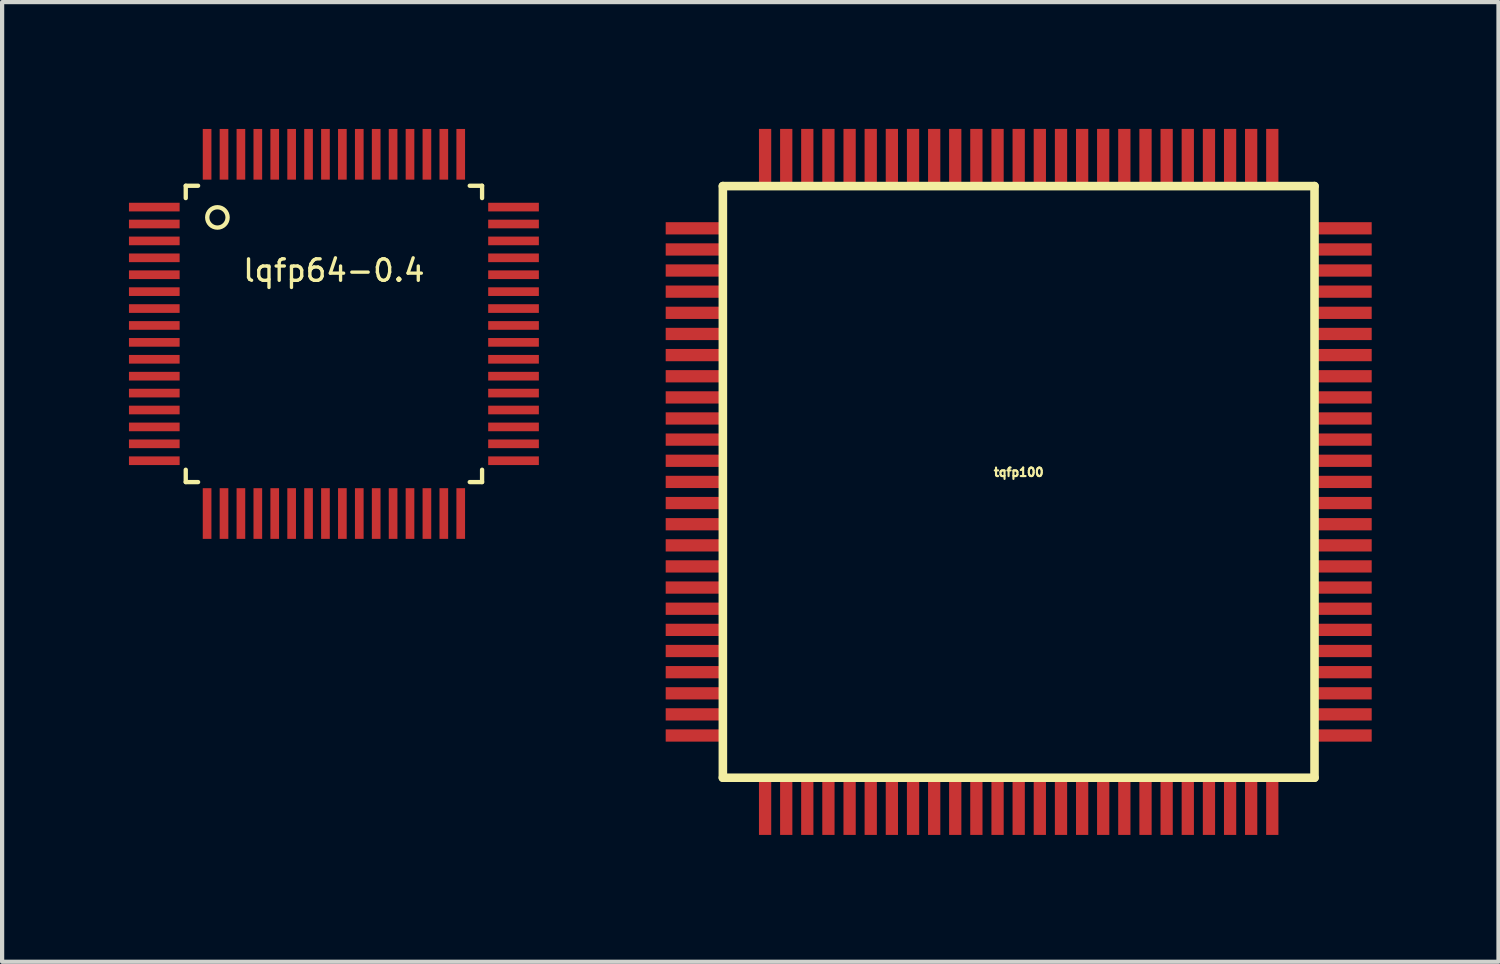
<source format=kicad_pcb>
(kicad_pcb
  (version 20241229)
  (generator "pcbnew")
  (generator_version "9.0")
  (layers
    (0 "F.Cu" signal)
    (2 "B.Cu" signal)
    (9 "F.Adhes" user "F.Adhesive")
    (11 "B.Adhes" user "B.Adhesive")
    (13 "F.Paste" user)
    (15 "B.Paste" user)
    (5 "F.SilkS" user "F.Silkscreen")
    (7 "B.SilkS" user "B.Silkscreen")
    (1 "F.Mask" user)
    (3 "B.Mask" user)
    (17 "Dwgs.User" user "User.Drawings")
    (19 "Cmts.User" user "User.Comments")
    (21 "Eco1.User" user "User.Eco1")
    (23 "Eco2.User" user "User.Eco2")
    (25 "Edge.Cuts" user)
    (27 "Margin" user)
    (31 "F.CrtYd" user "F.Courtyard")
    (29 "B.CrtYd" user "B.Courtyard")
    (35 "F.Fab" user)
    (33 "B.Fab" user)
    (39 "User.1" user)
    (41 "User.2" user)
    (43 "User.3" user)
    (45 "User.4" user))
  (footprint "lqfp64-0.4"
    (layer "F.Cu")
    (at 4.849 4.849)
    (property "Reference" "lqfp64-0.4" (at 0 -1.499 0) (layer "F.SilkS") (effects (font (size 0.508 0.508) (thickness 0.079))))
    (attr through_hole)
    (fp_line (start -3.505 -3.505) (end -3.505 -3.213) (stroke (width 0.102) (type solid)) (layer "F.SilkS"))
    (fp_line (start -3.505 -3.505) (end -3.213 -3.505) (stroke (width 0.102) (type solid)) (layer "F.SilkS"))
    (fp_line (start -3.505 3.505) (end -3.505 3.213) (stroke (width 0.102) (type solid)) (layer "F.SilkS"))
    (fp_line (start -3.505 3.505) (end -3.213 3.505) (stroke (width 0.102) (type solid)) (layer "F.SilkS"))
    (fp_line (start 3.505 -3.505) (end 3.213 -3.505) (stroke (width 0.102) (type solid)) (layer "F.SilkS"))
    (fp_line (start 3.505 -3.505) (end 3.505 -3.213) (stroke (width 0.102) (type solid)) (layer "F.SilkS"))
    (fp_line (start 3.505 3.505) (end 3.213 3.505) (stroke (width 0.102) (type solid)) (layer "F.SilkS"))
    (fp_line (start 3.505 3.505) (end 3.505 3.213) (stroke (width 0.102) (type solid)) (layer "F.SilkS"))
    (fp_circle (center -2.756 -2.756) (end -2.997 -2.756) (stroke (width 0.102) (type solid)) (fill no) (layer "F.SilkS"))
    (pad "1" smd rect (at -4.249 -3 90) (size 0.205 1.199) (layers "F.Cu" "F.Mask" "F.Paste"))
    (pad "2" smd rect (at -4.249 -2.6 90) (size 0.205 1.199) (layers "F.Cu" "F.Mask" "F.Paste"))
    (pad "3" smd rect (at -4.249 -2.2 90) (size 0.205 1.199) (layers "F.Cu" "F.Mask" "F.Paste"))
    (pad "4" smd rect (at -4.249 -1.8 90) (size 0.205 1.199) (layers "F.Cu" "F.Mask" "F.Paste"))
    (pad "5" smd rect (at -4.249 -1.4 90) (size 0.205 1.199) (layers "F.Cu" "F.Mask" "F.Paste"))
    (pad "6" smd rect (at -4.249 -1 90) (size 0.205 1.199) (layers "F.Cu" "F.Mask" "F.Paste"))
    (pad "7" smd rect (at -4.249 -0.6 90) (size 0.205 1.199) (layers "F.Cu" "F.Mask" "F.Paste"))
    (pad "8" smd rect (at -4.249 -0.2 90) (size 0.205 1.199) (layers "F.Cu" "F.Mask" "F.Paste"))
    (pad "9" smd rect (at -4.249 0.2 90) (size 0.205 1.199) (layers "F.Cu" "F.Mask" "F.Paste"))
    (pad "10" smd rect (at -4.249 0.6 90) (size 0.205 1.199) (layers "F.Cu" "F.Mask" "F.Paste"))
    (pad "11" smd rect (at -4.249 1 90) (size 0.205 1.199) (layers "F.Cu" "F.Mask" "F.Paste"))
    (pad "12" smd rect (at -4.249 1.4 90) (size 0.205 1.199) (layers "F.Cu" "F.Mask" "F.Paste"))
    (pad "13" smd rect (at -4.249 1.8 90) (size 0.205 1.199) (layers "F.Cu" "F.Mask" "F.Paste"))
    (pad "14" smd rect (at -4.249 2.2 90) (size 0.205 1.199) (layers "F.Cu" "F.Mask" "F.Paste"))
    (pad "15" smd rect (at -4.249 2.6 90) (size 0.205 1.199) (layers "F.Cu" "F.Mask" "F.Paste"))
    (pad "16" smd rect (at -4.249 3 90) (size 0.205 1.199) (layers "F.Cu" "F.Mask" "F.Paste"))
    (pad "17" smd rect (at -3 4.249) (size 0.205 1.199) (layers "F.Cu" "F.Mask" "F.Paste"))
    (pad "18" smd rect (at -2.6 4.249) (size 0.205 1.199) (layers "F.Cu" "F.Mask" "F.Paste"))
    (pad "19" smd rect (at -2.2 4.249) (size 0.205 1.199) (layers "F.Cu" "F.Mask" "F.Paste"))
    (pad "20" smd rect (at -1.8 4.249) (size 0.205 1.199) (layers "F.Cu" "F.Mask" "F.Paste"))
    (pad "21" smd rect (at -1.4 4.249) (size 0.205 1.199) (layers "F.Cu" "F.Mask" "F.Paste"))
    (pad "22" smd rect (at -1 4.249) (size 0.205 1.199) (layers "F.Cu" "F.Mask" "F.Paste"))
    (pad "23" smd rect (at -0.6 4.249) (size 0.205 1.199) (layers "F.Cu" "F.Mask" "F.Paste"))
    (pad "24" smd rect (at -0.2 4.249) (size 0.205 1.199) (layers "F.Cu" "F.Mask" "F.Paste"))
    (pad "25" smd rect (at 0.2 4.249) (size 0.205 1.199) (layers "F.Cu" "F.Mask" "F.Paste"))
    (pad "26" smd rect (at 0.6 4.249) (size 0.205 1.199) (layers "F.Cu" "F.Mask" "F.Paste"))
    (pad "27" smd rect (at 1 4.249) (size 0.205 1.199) (layers "F.Cu" "F.Mask" "F.Paste"))
    (pad "28" smd rect (at 1.4 4.249) (size 0.205 1.199) (layers "F.Cu" "F.Mask" "F.Paste"))
    (pad "29" smd rect (at 1.8 4.249) (size 0.205 1.199) (layers "F.Cu" "F.Mask" "F.Paste"))
    (pad "30" smd rect (at 2.2 4.249) (size 0.205 1.199) (layers "F.Cu" "F.Mask" "F.Paste"))
    (pad "31" smd rect (at 2.6 4.249) (size 0.205 1.199) (layers "F.Cu" "F.Mask" "F.Paste"))
    (pad "32" smd rect (at 3 4.249) (size 0.205 1.199) (layers "F.Cu" "F.Mask" "F.Paste"))
    (pad "33" smd rect (at 4.249 3 270) (size 0.205 1.199) (layers "F.Cu" "F.Mask" "F.Paste"))
    (pad "34" smd rect (at 4.249 2.6 270) (size 0.205 1.199) (layers "F.Cu" "F.Mask" "F.Paste"))
    (pad "35" smd rect (at 4.249 2.2 270) (size 0.205 1.199) (layers "F.Cu" "F.Mask" "F.Paste"))
    (pad "36" smd rect (at 4.249 1.8 270) (size 0.205 1.199) (layers "F.Cu" "F.Mask" "F.Paste"))
    (pad "37" smd rect (at 4.249 1.4 270) (size 0.205 1.199) (layers "F.Cu" "F.Mask" "F.Paste"))
    (pad "38" smd rect (at 4.249 1 270) (size 0.205 1.199) (layers "F.Cu" "F.Mask" "F.Paste"))
    (pad "39" smd rect (at 4.249 0.6 270) (size 0.205 1.199) (layers "F.Cu" "F.Mask" "F.Paste"))
    (pad "40" smd rect (at 4.249 0.2 270) (size 0.205 1.199) (layers "F.Cu" "F.Mask" "F.Paste"))
    (pad "41" smd rect (at 4.249 -0.2 270) (size 0.205 1.199) (layers "F.Cu" "F.Mask" "F.Paste"))
    (pad "42" smd rect (at 4.249 -0.6 270) (size 0.205 1.199) (layers "F.Cu" "F.Mask" "F.Paste"))
    (pad "43" smd rect (at 4.249 -1 270) (size 0.205 1.199) (layers "F.Cu" "F.Mask" "F.Paste"))
    (pad "44" smd rect (at 4.249 -1.4 270) (size 0.205 1.199) (layers "F.Cu" "F.Mask" "F.Paste"))
    (pad "45" smd rect (at 4.249 -1.8 270) (size 0.205 1.199) (layers "F.Cu" "F.Mask" "F.Paste"))
    (pad "46" smd rect (at 4.249 -2.2 270) (size 0.205 1.199) (layers "F.Cu" "F.Mask" "F.Paste"))
    (pad "47" smd rect (at 4.249 -2.6 270) (size 0.205 1.199) (layers "F.Cu" "F.Mask" "F.Paste"))
    (pad "48" smd rect (at 4.249 -3 270) (size 0.205 1.199) (layers "F.Cu" "F.Mask" "F.Paste"))
    (pad "49" smd rect (at 3 -4.249 180) (size 0.205 1.199) (layers "F.Cu" "F.Mask" "F.Paste"))
    (pad "50" smd rect (at 2.6 -4.249 180) (size 0.205 1.199) (layers "F.Cu" "F.Mask" "F.Paste"))
    (pad "51" smd rect (at 2.2 -4.249 180) (size 0.205 1.199) (layers "F.Cu" "F.Mask" "F.Paste"))
    (pad "52" smd rect (at 1.8 -4.249 180) (size 0.205 1.199) (layers "F.Cu" "F.Mask" "F.Paste"))
    (pad "53" smd rect (at 1.4 -4.249 180) (size 0.205 1.199) (layers "F.Cu" "F.Mask" "F.Paste"))
    (pad "54" smd rect (at 1 -4.249 180) (size 0.205 1.199) (layers "F.Cu" "F.Mask" "F.Paste"))
    (pad "55" smd rect (at 0.6 -4.249 180) (size 0.205 1.199) (layers "F.Cu" "F.Mask" "F.Paste"))
    (pad "56" smd rect (at 0.2 -4.249 180) (size 0.205 1.199) (layers "F.Cu" "F.Mask" "F.Paste"))
    (pad "57" smd rect (at -0.2 -4.249 180) (size 0.205 1.199) (layers "F.Cu" "F.Mask" "F.Paste"))
    (pad "58" smd rect (at -0.6 -4.249 180) (size 0.205 1.199) (layers "F.Cu" "F.Mask" "F.Paste"))
    (pad "59" smd rect (at -1 -4.249 180) (size 0.205 1.199) (layers "F.Cu" "F.Mask" "F.Paste"))
    (pad "60" smd rect (at -1.4 -4.249 180) (size 0.205 1.199) (layers "F.Cu" "F.Mask" "F.Paste"))
    (pad "61" smd rect (at -1.8 -4.249 180) (size 0.205 1.199) (layers "F.Cu" "F.Mask" "F.Paste"))
    (pad "62" smd rect (at -2.2 -4.249 180) (size 0.205 1.199) (layers "F.Cu" "F.Mask" "F.Paste"))
    (pad "63" smd rect (at -2.6 -4.249 180) (size 0.205 1.199) (layers "F.Cu" "F.Mask" "F.Paste"))
    (pad "64" smd rect (at -3 -4.249 180) (size 0.205 1.199) (layers "F.Cu" "F.Mask" "F.Paste")))
  (footprint "tqfp100"
    (layer "F.Cu")
    (at 21.048 8.35)
    (property "Reference" "tqfp100" (at 0 -0.229 0) (layer "F.SilkS") (effects (font (size 0.201 0.201) (thickness 0.051))))
    (attr through_hole)
    (fp_line (start -6.998 -6.998) (end 6.998 -6.998) (stroke (width 0.203) (type solid)) (layer "F.SilkS"))
    (fp_line (start -6.998 6.998) (end -6.998 -6.998) (stroke (width 0.203) (type solid)) (layer "F.SilkS"))
    (fp_line (start 6.998 -6.998) (end 6.998 6.998) (stroke (width 0.203) (type solid)) (layer "F.SilkS"))
    (fp_line (start 6.998 6.998) (end -6.998 6.998) (stroke (width 0.203) (type solid)) (layer "F.SilkS"))
    (pad "1" smd rect (at -7.676 -5.999 90) (size 0.29 1.349) (layers "F.Cu" "F.Mask" "F.Paste"))
    (pad "2" smd rect (at -7.676 -5.499 90) (size 0.29 1.349) (layers "F.Cu" "F.Mask" "F.Paste"))
    (pad "3" smd rect (at -7.676 -5.001 90) (size 0.29 1.349) (layers "F.Cu" "F.Mask" "F.Paste"))
    (pad "4" smd rect (at -7.676 -4.501 90) (size 0.29 1.349) (layers "F.Cu" "F.Mask" "F.Paste"))
    (pad "5" smd rect (at -7.676 -4 90) (size 0.29 1.349) (layers "F.Cu" "F.Mask" "F.Paste"))
    (pad "6" smd rect (at -7.676 -3.5 90) (size 0.29 1.349) (layers "F.Cu" "F.Mask" "F.Paste"))
    (pad "7" smd rect (at -7.676 -3 90) (size 0.29 1.349) (layers "F.Cu" "F.Mask" "F.Paste"))
    (pad "8" smd rect (at -7.676 -2.499 90) (size 0.29 1.349) (layers "F.Cu" "F.Mask" "F.Paste"))
    (pad "9" smd rect (at -7.676 -1.999 90) (size 0.29 1.349) (layers "F.Cu" "F.Mask" "F.Paste"))
    (pad "10" smd rect (at -7.676 -1.501 90) (size 0.29 1.349) (layers "F.Cu" "F.Mask" "F.Paste"))
    (pad "11" smd rect (at -7.676 -1.001 90) (size 0.29 1.349) (layers "F.Cu" "F.Mask" "F.Paste"))
    (pad "12" smd rect (at -7.676 -0.5 90) (size 0.29 1.349) (layers "F.Cu" "F.Mask" "F.Paste"))
    (pad "13" smd rect (at -7.676 0 90) (size 0.29 1.349) (layers "F.Cu" "F.Mask" "F.Paste"))
    (pad "14" smd rect (at -7.676 0.5 90) (size 0.29 1.349) (layers "F.Cu" "F.Mask" "F.Paste"))
    (pad "15" smd rect (at -7.676 1.001 90) (size 0.29 1.349) (layers "F.Cu" "F.Mask" "F.Paste"))
    (pad "16" smd rect (at -7.676 1.501 90) (size 0.29 1.349) (layers "F.Cu" "F.Mask" "F.Paste"))
    (pad "17" smd rect (at -7.676 1.999 90) (size 0.29 1.349) (layers "F.Cu" "F.Mask" "F.Paste"))
    (pad "18" smd rect (at -7.676 2.499 90) (size 0.29 1.349) (layers "F.Cu" "F.Mask" "F.Paste"))
    (pad "19" smd rect (at -7.676 3 90) (size 0.29 1.349) (layers "F.Cu" "F.Mask" "F.Paste"))
    (pad "20" smd rect (at -7.676 3.5 90) (size 0.29 1.349) (layers "F.Cu" "F.Mask" "F.Paste"))
    (pad "21" smd rect (at -7.676 4 90) (size 0.29 1.349) (layers "F.Cu" "F.Mask" "F.Paste"))
    (pad "22" smd rect (at -7.676 4.501 90) (size 0.29 1.349) (layers "F.Cu" "F.Mask" "F.Paste"))
    (pad "23" smd rect (at -7.676 5.001 90) (size 0.29 1.349) (layers "F.Cu" "F.Mask" "F.Paste"))
    (pad "24" smd rect (at -7.676 5.499 90) (size 0.29 1.349) (layers "F.Cu" "F.Mask" "F.Paste"))
    (pad "25" smd rect (at -7.676 5.999 90) (size 0.29 1.349) (layers "F.Cu" "F.Mask" "F.Paste"))
    (pad "26" smd rect (at -5.999 7.676) (size 0.29 1.349) (layers "F.Cu" "F.Mask" "F.Paste"))
    (pad "27" smd rect (at -5.499 7.676) (size 0.29 1.349) (layers "F.Cu" "F.Mask" "F.Paste"))
    (pad "28" smd rect (at -5.001 7.676) (size 0.29 1.349) (layers "F.Cu" "F.Mask" "F.Paste"))
    (pad "29" smd rect (at -4.501 7.676) (size 0.29 1.349) (layers "F.Cu" "F.Mask" "F.Paste"))
    (pad "30" smd rect (at -4 7.676) (size 0.29 1.349) (layers "F.Cu" "F.Mask" "F.Paste"))
    (pad "31" smd rect (at -3.5 7.676) (size 0.29 1.349) (layers "F.Cu" "F.Mask" "F.Paste"))
    (pad "32" smd rect (at -3 7.676) (size 0.29 1.349) (layers "F.Cu" "F.Mask" "F.Paste"))
    (pad "33" smd rect (at -2.499 7.676) (size 0.29 1.349) (layers "F.Cu" "F.Mask" "F.Paste"))
    (pad "34" smd rect (at -1.999 7.676) (size 0.29 1.349) (layers "F.Cu" "F.Mask" "F.Paste"))
    (pad "35" smd rect (at -1.501 7.676) (size 0.29 1.349) (layers "F.Cu" "F.Mask" "F.Paste"))
    (pad "36" smd rect (at -1.001 7.676) (size 0.29 1.349) (layers "F.Cu" "F.Mask" "F.Paste"))
    (pad "37" smd rect (at -0.5 7.676) (size 0.29 1.349) (layers "F.Cu" "F.Mask" "F.Paste"))
    (pad "38" smd rect (at 0 7.676) (size 0.29 1.349) (layers "F.Cu" "F.Mask" "F.Paste"))
    (pad "39" smd rect (at 0.5 7.676) (size 0.29 1.349) (layers "F.Cu" "F.Mask" "F.Paste"))
    (pad "40" smd rect (at 1.001 7.676) (size 0.29 1.349) (layers "F.Cu" "F.Mask" "F.Paste"))
    (pad "41" smd rect (at 1.501 7.676) (size 0.29 1.349) (layers "F.Cu" "F.Mask" "F.Paste"))
    (pad "42" smd rect (at 1.999 7.676) (size 0.29 1.349) (layers "F.Cu" "F.Mask" "F.Paste"))
    (pad "43" smd rect (at 2.499 7.676) (size 0.29 1.349) (layers "F.Cu" "F.Mask" "F.Paste"))
    (pad "44" smd rect (at 3 7.676) (size 0.29 1.349) (layers "F.Cu" "F.Mask" "F.Paste"))
    (pad "45" smd rect (at 3.5 7.676) (size 0.29 1.349) (layers "F.Cu" "F.Mask" "F.Paste"))
    (pad "46" smd rect (at 4 7.676) (size 0.29 1.349) (layers "F.Cu" "F.Mask" "F.Paste"))
    (pad "47" smd rect (at 4.501 7.676) (size 0.29 1.349) (layers "F.Cu" "F.Mask" "F.Paste"))
    (pad "48" smd rect (at 5.001 7.676) (size 0.29 1.349) (layers "F.Cu" "F.Mask" "F.Paste"))
    (pad "49" smd rect (at 5.499 7.676) (size 0.29 1.349) (layers "F.Cu" "F.Mask" "F.Paste"))
    (pad "50" smd rect (at 5.999 7.676) (size 0.29 1.349) (layers "F.Cu" "F.Mask" "F.Paste"))
    (pad "51" smd rect (at 7.676 5.999 270) (size 0.29 1.349) (layers "F.Cu" "F.Mask" "F.Paste"))
    (pad "52" smd rect (at 7.676 5.499 270) (size 0.29 1.349) (layers "F.Cu" "F.Mask" "F.Paste"))
    (pad "53" smd rect (at 7.676 5.001 270) (size 0.29 1.349) (layers "F.Cu" "F.Mask" "F.Paste"))
    (pad "54" smd rect (at 7.676 4.501 270) (size 0.29 1.349) (layers "F.Cu" "F.Mask" "F.Paste"))
    (pad "55" smd rect (at 7.676 4 270) (size 0.29 1.349) (layers "F.Cu" "F.Mask" "F.Paste"))
    (pad "56" smd rect (at 7.676 3.5 270) (size 0.29 1.349) (layers "F.Cu" "F.Mask" "F.Paste"))
    (pad "57" smd rect (at 7.676 3 270) (size 0.29 1.349) (layers "F.Cu" "F.Mask" "F.Paste"))
    (pad "58" smd rect (at 7.676 2.499 270) (size 0.29 1.349) (layers "F.Cu" "F.Mask" "F.Paste"))
    (pad "59" smd rect (at 7.676 1.999 270) (size 0.29 1.349) (layers "F.Cu" "F.Mask" "F.Paste"))
    (pad "60" smd rect (at 7.676 1.501 270) (size 0.29 1.349) (layers "F.Cu" "F.Mask" "F.Paste"))
    (pad "61" smd rect (at 7.676 1.001 270) (size 0.29 1.349) (layers "F.Cu" "F.Mask" "F.Paste"))
    (pad "62" smd rect (at 7.676 0.5 270) (size 0.29 1.349) (layers "F.Cu" "F.Mask" "F.Paste"))
    (pad "63" smd rect (at 7.676 0 270) (size 0.29 1.349) (layers "F.Cu" "F.Mask" "F.Paste"))
    (pad "64" smd rect (at 7.676 -0.5 270) (size 0.29 1.349) (layers "F.Cu" "F.Mask" "F.Paste"))
    (pad "65" smd rect (at 7.676 -1.001 270) (size 0.29 1.349) (layers "F.Cu" "F.Mask" "F.Paste"))
    (pad "66" smd rect (at 7.676 -1.501 270) (size 0.29 1.349) (layers "F.Cu" "F.Mask" "F.Paste"))
    (pad "67" smd rect (at 7.676 -1.999 270) (size 0.29 1.349) (layers "F.Cu" "F.Mask" "F.Paste"))
    (pad "68" smd rect (at 7.676 -2.499 270) (size 0.29 1.349) (layers "F.Cu" "F.Mask" "F.Paste"))
    (pad "69" smd rect (at 7.676 -3 270) (size 0.29 1.349) (layers "F.Cu" "F.Mask" "F.Paste"))
    (pad "70" smd rect (at 7.676 -3.5 270) (size 0.29 1.349) (layers "F.Cu" "F.Mask" "F.Paste"))
    (pad "71" smd rect (at 7.676 -4 270) (size 0.29 1.349) (layers "F.Cu" "F.Mask" "F.Paste"))
    (pad "72" smd rect (at 7.676 -4.501 270) (size 0.29 1.349) (layers "F.Cu" "F.Mask" "F.Paste"))
    (pad "73" smd rect (at 7.676 -5.001 270) (size 0.29 1.349) (layers "F.Cu" "F.Mask" "F.Paste"))
    (pad "74" smd rect (at 7.676 -5.499 270) (size 0.29 1.349) (layers "F.Cu" "F.Mask" "F.Paste"))
    (pad "75" smd rect (at 7.676 -5.999 270) (size 0.29 1.349) (layers "F.Cu" "F.Mask" "F.Paste"))
    (pad "76" smd rect (at 5.999 -7.676 180) (size 0.29 1.349) (layers "F.Cu" "F.Mask" "F.Paste"))
    (pad "77" smd rect (at 5.499 -7.676 180) (size 0.29 1.349) (layers "F.Cu" "F.Mask" "F.Paste"))
    (pad "78" smd rect (at 5.001 -7.676 180) (size 0.29 1.349) (layers "F.Cu" "F.Mask" "F.Paste"))
    (pad "79" smd rect (at 4.501 -7.676 180) (size 0.29 1.349) (layers "F.Cu" "F.Mask" "F.Paste"))
    (pad "80" smd rect (at 4 -7.676 180) (size 0.29 1.349) (layers "F.Cu" "F.Mask" "F.Paste"))
    (pad "81" smd rect (at 3.5 -7.676 180) (size 0.29 1.349) (layers "F.Cu" "F.Mask" "F.Paste"))
    (pad "82" smd rect (at 3 -7.676 180) (size 0.29 1.349) (layers "F.Cu" "F.Mask" "F.Paste"))
    (pad "83" smd rect (at 2.499 -7.676 180) (size 0.29 1.349) (layers "F.Cu" "F.Mask" "F.Paste"))
    (pad "84" smd rect (at 1.999 -7.676 180) (size 0.29 1.349) (layers "F.Cu" "F.Mask" "F.Paste"))
    (pad "85" smd rect (at 1.501 -7.676 180) (size 0.29 1.349) (layers "F.Cu" "F.Mask" "F.Paste"))
    (pad "86" smd rect (at 1.001 -7.676 180) (size 0.29 1.349) (layers "F.Cu" "F.Mask" "F.Paste"))
    (pad "87" smd rect (at 0.5 -7.676 180) (size 0.29 1.349) (layers "F.Cu" "F.Mask" "F.Paste"))
    (pad "88" smd rect (at 0 -7.676 180) (size 0.29 1.349) (layers "F.Cu" "F.Mask" "F.Paste"))
    (pad "89" smd rect (at -0.5 -7.676 180) (size 0.29 1.349) (layers "F.Cu" "F.Mask" "F.Paste"))
    (pad "90" smd rect (at -1.001 -7.676 180) (size 0.29 1.349) (layers "F.Cu" "F.Mask" "F.Paste"))
    (pad "91" smd rect (at -1.501 -7.676 180) (size 0.29 1.349) (layers "F.Cu" "F.Mask" "F.Paste"))
    (pad "92" smd rect (at -1.999 -7.676 180) (size 0.29 1.349) (layers "F.Cu" "F.Mask" "F.Paste"))
    (pad "93" smd rect (at -2.499 -7.676 180) (size 0.29 1.349) (layers "F.Cu" "F.Mask" "F.Paste"))
    (pad "94" smd rect (at -3 -7.676 180) (size 0.29 1.349) (layers "F.Cu" "F.Mask" "F.Paste"))
    (pad "95" smd rect (at -3.5 -7.676 180) (size 0.29 1.349) (layers "F.Cu" "F.Mask" "F.Paste"))
    (pad "96" smd rect (at -4 -7.676 180) (size 0.29 1.349) (layers "F.Cu" "F.Mask" "F.Paste"))
    (pad "97" smd rect (at -4.501 -7.676 180) (size 0.29 1.349) (layers "F.Cu" "F.Mask" "F.Paste"))
    (pad "98" smd rect (at -5.001 -7.676 180) (size 0.29 1.349) (layers "F.Cu" "F.Mask" "F.Paste"))
    (pad "99" smd rect (at -5.499 -7.676 180) (size 0.29 1.349) (layers "F.Cu" "F.Mask" "F.Paste"))
    (pad "100" smd rect (at -5.999 -7.676 180) (size 0.29 1.349) (layers "F.Cu" "F.Mask" "F.Paste")))
  (gr_rect
    (start -3 -3)
    (end 32.398 19.701)
    (stroke (width 0.1) (type default))
    (fill no)
    (layer "Edge.Cuts")))
</source>
